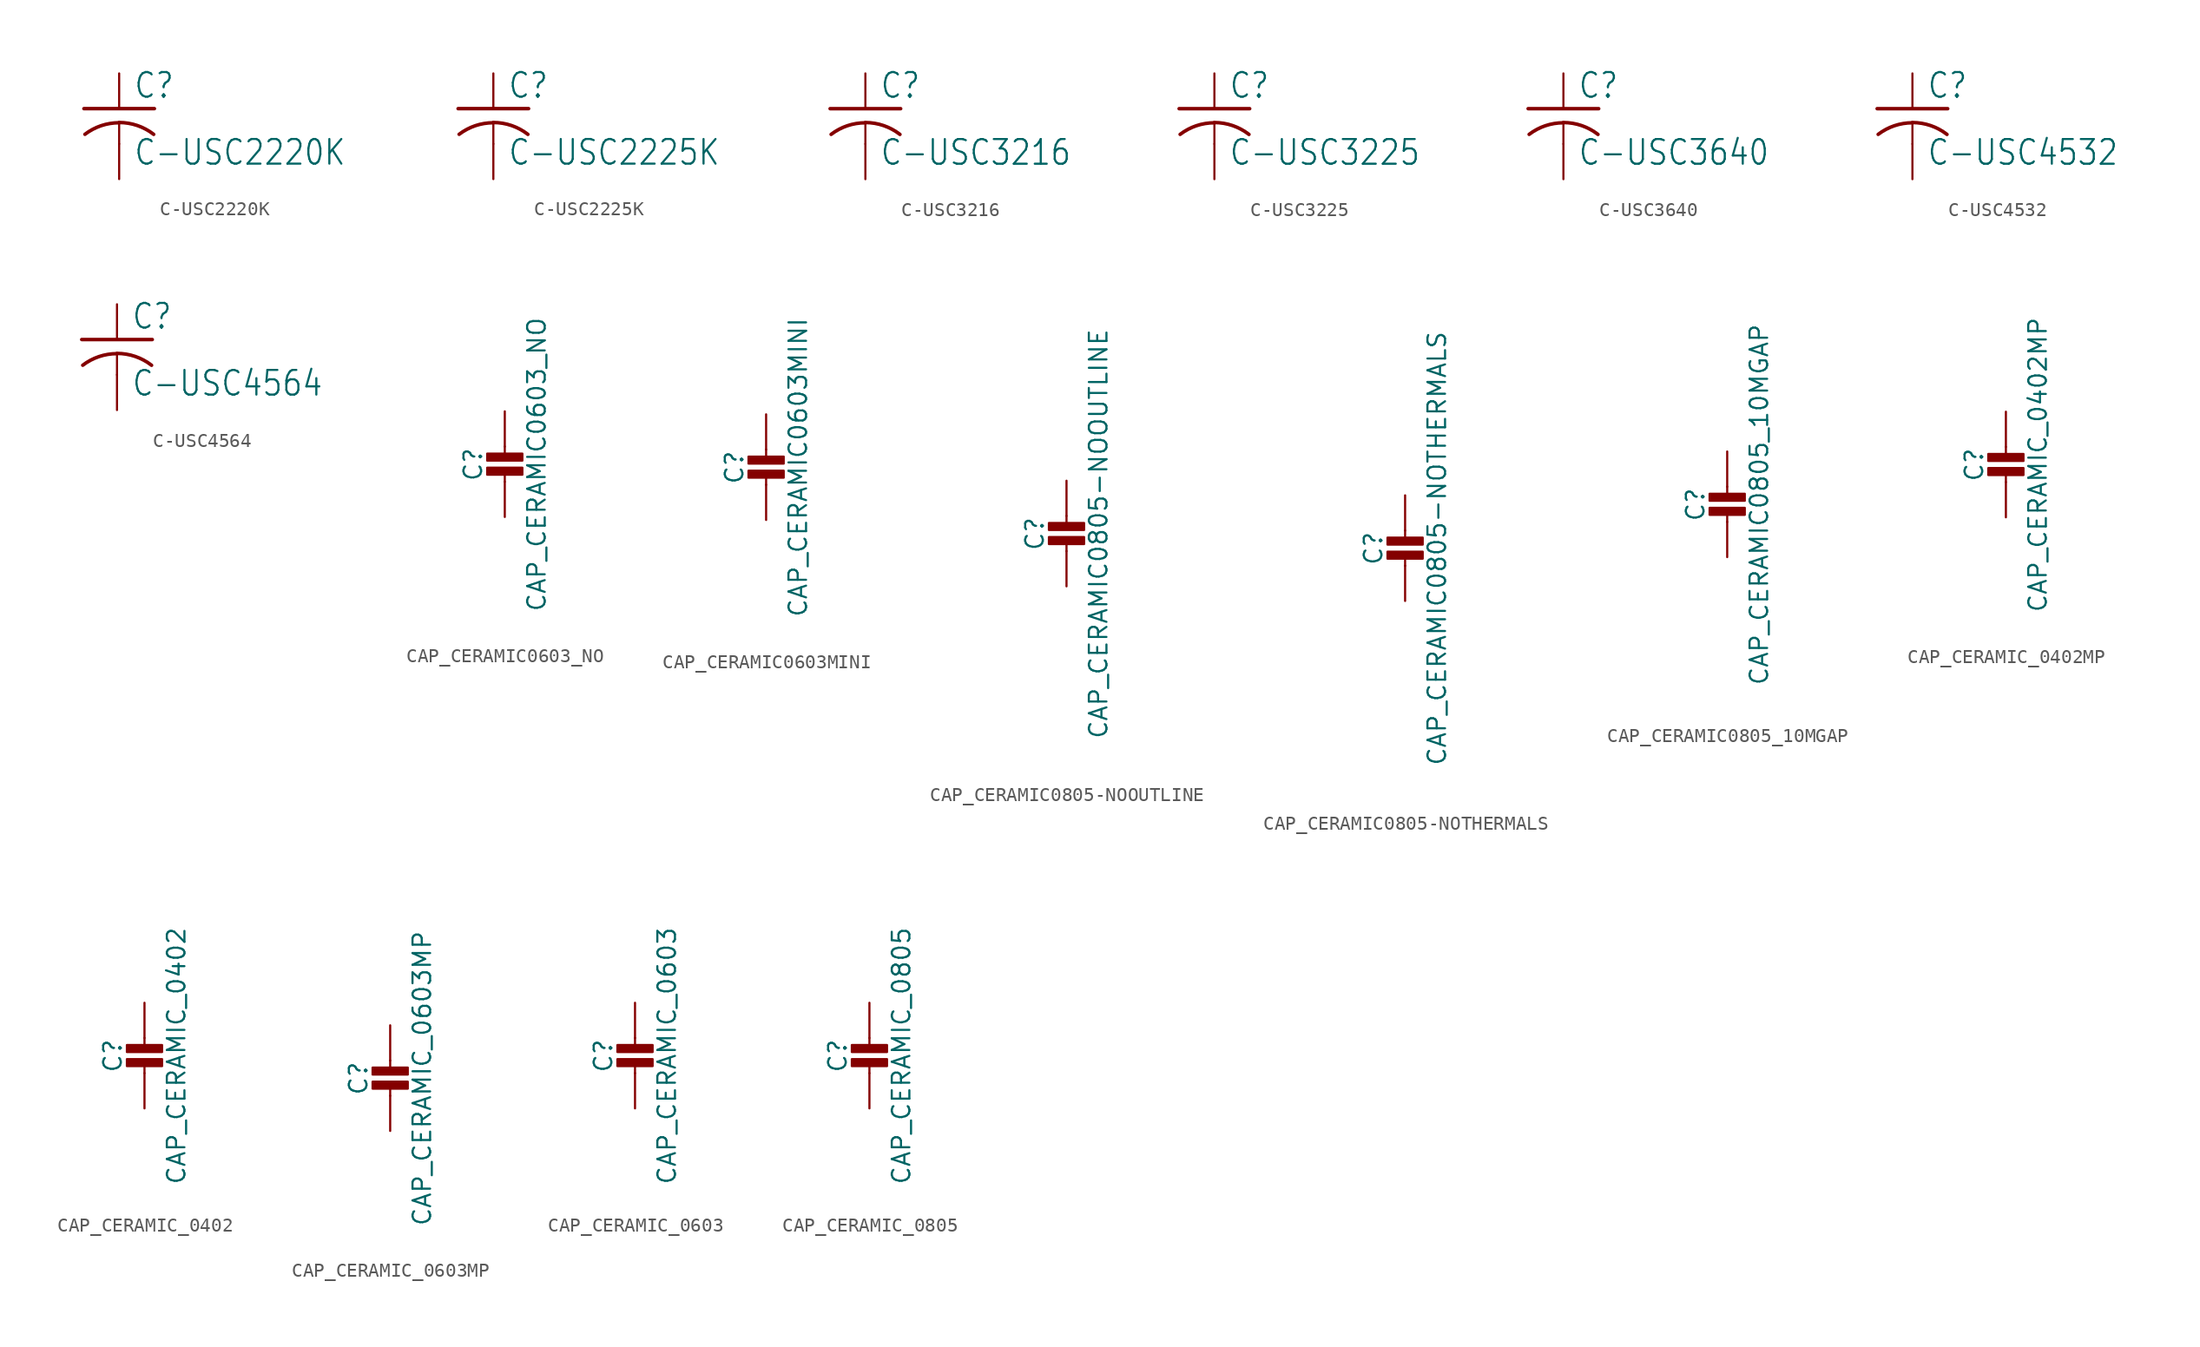
<source format=kicad_sym>
(kicad_symbol_lib
  (version 20201005)
  (generator kicad_symbol_editor)
  (symbol "C-USC2220K"
    (property "Reference" "C"
      (at 1.016 0.635 0)
      (effects (font (size 1.778 1.511)) (justify left bottom)))
    (property "Value" "C-USC2220K"
      (at 1.016 -4.191 0)
      (effects (font (size 1.778 1.511)) (justify left bottom)))
    (property "ki_locked" ""
      (at 0 0 0)
      (effects (font (size 1.27 1.27))))
    (symbol "C-USC2220K_1_0"
      (arc (start 0 -1.0161) (end -2.4668 -1.8504) (radius (at 0 -5.0799) (length 4.0638) (angles 90 127.4)) (stroke (width 0.254)) (fill (type none)))
      (arc (start 2.4892 -1.8542) (end 0 -1) (radius (at 0 -5.0542) (length 4.0541) (angles 52.1 90)) (stroke (width 0.254)) (fill (type none)))
      (polyline (pts (xy -2.54 0) (xy 2.54 0)) (stroke (width 0.254)) (fill (type none)))
      (polyline (pts (xy 0 -1.016) (xy 0 -2.54)) (stroke (width 0.152)) (fill (type none)))
      (pin passive line (at 0 2.54 270) (length 2.54) (name "1" (effects (font (size 0 0)))) (number "1" (effects (font (size 0 0)))))
      (pin passive line (at 0 -5.08 90) (length 2.54) (name "2" (effects (font (size 0 0)))) (number "2" (effects (font (size 0 0)))))))
  (symbol "C-USC2225K"
    (property "Reference" "C"
      (at 1.016 0.635 0)
      (effects (font (size 1.778 1.511)) (justify left bottom)))
    (property "Value" "C-USC2225K"
      (at 1.016 -4.191 0)
      (effects (font (size 1.778 1.511)) (justify left bottom)))
    (property "ki_locked" ""
      (at 0 0 0)
      (effects (font (size 1.27 1.27))))
    (symbol "C-USC2225K_1_0"
      (arc (start 0 -1.0161) (end -2.4668 -1.8504) (radius (at 0 -5.0799) (length 4.0638) (angles 90 127.4)) (stroke (width 0.254)) (fill (type none)))
      (arc (start 2.4892 -1.8542) (end 0 -1) (radius (at 0 -5.0542) (length 4.0541) (angles 52.1 90)) (stroke (width 0.254)) (fill (type none)))
      (polyline (pts (xy -2.54 0) (xy 2.54 0)) (stroke (width 0.254)) (fill (type none)))
      (polyline (pts (xy 0 -1.016) (xy 0 -2.54)) (stroke (width 0.152)) (fill (type none)))
      (pin passive line (at 0 2.54 270) (length 2.54) (name "1" (effects (font (size 0 0)))) (number "1" (effects (font (size 0 0)))))
      (pin passive line (at 0 -5.08 90) (length 2.54) (name "2" (effects (font (size 0 0)))) (number "2" (effects (font (size 0 0)))))))
  (symbol "C-USC3216"
    (property "Reference" "C"
      (at 1.016 0.635 0)
      (effects (font (size 1.778 1.511)) (justify left bottom)))
    (property "Value" "C-USC3216"
      (at 1.016 -4.191 0)
      (effects (font (size 1.778 1.511)) (justify left bottom)))
    (property "ki_locked" ""
      (at 0 0 0)
      (effects (font (size 1.27 1.27))))
    (symbol "C-USC3216_1_0"
      (arc (start 0 -1.0161) (end -2.4668 -1.8504) (radius (at 0 -5.0799) (length 4.0638) (angles 90 127.4)) (stroke (width 0.254)) (fill (type none)))
      (arc (start 2.4892 -1.8542) (end 0 -1) (radius (at 0 -5.0542) (length 4.0541) (angles 52.1 90)) (stroke (width 0.254)) (fill (type none)))
      (polyline (pts (xy -2.54 0) (xy 2.54 0)) (stroke (width 0.254)) (fill (type none)))
      (polyline (pts (xy 0 -1.016) (xy 0 -2.54)) (stroke (width 0.152)) (fill (type none)))
      (pin passive line (at 0 2.54 270) (length 2.54) (name "1" (effects (font (size 0 0)))) (number "1" (effects (font (size 0 0)))))
      (pin passive line (at 0 -5.08 90) (length 2.54) (name "2" (effects (font (size 0 0)))) (number "2" (effects (font (size 0 0)))))))
  (symbol "C-USC3225"
    (property "Reference" "C"
      (at 1.016 0.635 0)
      (effects (font (size 1.778 1.511)) (justify left bottom)))
    (property "Value" "C-USC3225"
      (at 1.016 -4.191 0)
      (effects (font (size 1.778 1.511)) (justify left bottom)))
    (property "ki_locked" ""
      (at 0 0 0)
      (effects (font (size 1.27 1.27))))
    (symbol "C-USC3225_1_0"
      (arc (start 0 -1.0161) (end -2.4668 -1.8504) (radius (at 0 -5.0799) (length 4.0638) (angles 90 127.4)) (stroke (width 0.254)) (fill (type none)))
      (arc (start 2.4892 -1.8542) (end 0 -1) (radius (at 0 -5.0542) (length 4.0541) (angles 52.1 90)) (stroke (width 0.254)) (fill (type none)))
      (polyline (pts (xy -2.54 0) (xy 2.54 0)) (stroke (width 0.254)) (fill (type none)))
      (polyline (pts (xy 0 -1.016) (xy 0 -2.54)) (stroke (width 0.152)) (fill (type none)))
      (pin passive line (at 0 2.54 270) (length 2.54) (name "1" (effects (font (size 0 0)))) (number "1" (effects (font (size 0 0)))))
      (pin passive line (at 0 -5.08 90) (length 2.54) (name "2" (effects (font (size 0 0)))) (number "2" (effects (font (size 0 0)))))))
  (symbol "C-USC3640"
    (property "Reference" "C"
      (at 1.016 0.635 0)
      (effects (font (size 1.778 1.511)) (justify left bottom)))
    (property "Value" "C-USC3640"
      (at 1.016 -4.191 0)
      (effects (font (size 1.778 1.511)) (justify left bottom)))
    (property "ki_locked" ""
      (at 0 0 0)
      (effects (font (size 1.27 1.27))))
    (symbol "C-USC3640_1_0"
      (arc (start 0 -1.0161) (end -2.4668 -1.8504) (radius (at 0 -5.0799) (length 4.0638) (angles 90 127.4)) (stroke (width 0.254)) (fill (type none)))
      (arc (start 2.4892 -1.8542) (end 0 -1) (radius (at 0 -5.0542) (length 4.0541) (angles 52.1 90)) (stroke (width 0.254)) (fill (type none)))
      (polyline (pts (xy -2.54 0) (xy 2.54 0)) (stroke (width 0.254)) (fill (type none)))
      (polyline (pts (xy 0 -1.016) (xy 0 -2.54)) (stroke (width 0.152)) (fill (type none)))
      (pin passive line (at 0 2.54 270) (length 2.54) (name "1" (effects (font (size 0 0)))) (number "1" (effects (font (size 0 0)))))
      (pin passive line (at 0 -5.08 90) (length 2.54) (name "2" (effects (font (size 0 0)))) (number "2" (effects (font (size 0 0)))))))
  (symbol "C-USC4532"
    (property "Reference" "C"
      (at 1.016 0.635 0)
      (effects (font (size 1.778 1.511)) (justify left bottom)))
    (property "Value" "C-USC4532"
      (at 1.016 -4.191 0)
      (effects (font (size 1.778 1.511)) (justify left bottom)))
    (property "ki_locked" ""
      (at 0 0 0)
      (effects (font (size 1.27 1.27))))
    (symbol "C-USC4532_1_0"
      (arc (start 0 -1.0161) (end -2.4668 -1.8504) (radius (at 0 -5.0799) (length 4.0638) (angles 90 127.4)) (stroke (width 0.254)) (fill (type none)))
      (arc (start 2.4892 -1.8542) (end 0 -1) (radius (at 0 -5.0542) (length 4.0541) (angles 52.1 90)) (stroke (width 0.254)) (fill (type none)))
      (polyline (pts (xy -2.54 0) (xy 2.54 0)) (stroke (width 0.254)) (fill (type none)))
      (polyline (pts (xy 0 -1.016) (xy 0 -2.54)) (stroke (width 0.152)) (fill (type none)))
      (pin passive line (at 0 2.54 270) (length 2.54) (name "1" (effects (font (size 0 0)))) (number "1" (effects (font (size 0 0)))))
      (pin passive line (at 0 -5.08 90) (length 2.54) (name "2" (effects (font (size 0 0)))) (number "2" (effects (font (size 0 0)))))))
  (symbol "C-USC4564"
    (property "Reference" "C"
      (at 1.016 0.635 0)
      (effects (font (size 1.778 1.511)) (justify left bottom)))
    (property "Value" "C-USC4564"
      (at 1.016 -4.191 0)
      (effects (font (size 1.778 1.511)) (justify left bottom)))
    (property "ki_locked" ""
      (at 0 0 0)
      (effects (font (size 1.27 1.27))))
    (symbol "C-USC4564_1_0"
      (arc (start 0 -1.0161) (end -2.4668 -1.8504) (radius (at 0 -5.0799) (length 4.0638) (angles 90 127.4)) (stroke (width 0.254)) (fill (type none)))
      (arc (start 2.4892 -1.8542) (end 0 -1) (radius (at 0 -5.0542) (length 4.0541) (angles 52.1 90)) (stroke (width 0.254)) (fill (type none)))
      (polyline (pts (xy -2.54 0) (xy 2.54 0)) (stroke (width 0.254)) (fill (type none)))
      (polyline (pts (xy 0 -1.016) (xy 0 -2.54)) (stroke (width 0.152)) (fill (type none)))
      (pin passive line (at 0 2.54 270) (length 2.54) (name "1" (effects (font (size 0 0)))) (number "1" (effects (font (size 0 0)))))
      (pin passive line (at 0 -5.08 90) (length 2.54) (name "2" (effects (font (size 0 0)))) (number "2" (effects (font (size 0 0)))))))
  (symbol "CAP_CERAMIC0603_NO"
    (property "Reference" "C"
      (at -2.29 1.25 90)
      (effects (font (size 1.27 1.27))))
    (property "Value" "CAP_CERAMIC0603_NO"
      (at 2.3 1.25 90)
      (effects (font (size 1.27 1.27))))
    (property "ki_locked" ""
      (at 0 0 0)
      (effects (font (size 1.27 1.27))))
    (symbol "CAP_CERAMIC0603_NO_1_0"
      (rectangle (start -1.27 0.508) (end 1.27 1.016) (stroke (width 0)) (fill (type outline)))
      (rectangle (start -1.27 1.524) (end 1.27 2.032) (stroke (width 0)) (fill (type outline)))
      (polyline (pts (xy 0 0.762) (xy 0 0)) (stroke (width 0.152)) (fill (type none)))
      (polyline (pts (xy 0 2.54) (xy 0 1.778)) (stroke (width 0.152)) (fill (type none)))
      (pin passive line (at 0 5.08 270) (length 2.54) (name "1" (effects (font (size 0 0)))) (number "1" (effects (font (size 0 0)))))
      (pin passive line (at 0 -2.54 90) (length 2.54) (name "2" (effects (font (size 0 0)))) (number "2" (effects (font (size 0 0)))))))
  (symbol "CAP_CERAMIC0603MINI"
    (property "Reference" "C"
      (at -2.29 1.25 90)
      (effects (font (size 1.27 1.27))))
    (property "Value" "CAP_CERAMIC0603MINI"
      (at 2.3 1.25 90)
      (effects (font (size 1.27 1.27))))
    (property "ki_locked" ""
      (at 0 0 0)
      (effects (font (size 1.27 1.27))))
    (symbol "CAP_CERAMIC0603MINI_1_0"
      (rectangle (start -1.27 0.508) (end 1.27 1.016) (stroke (width 0)) (fill (type outline)))
      (rectangle (start -1.27 1.524) (end 1.27 2.032) (stroke (width 0)) (fill (type outline)))
      (polyline (pts (xy 0 0.762) (xy 0 0)) (stroke (width 0.152)) (fill (type none)))
      (polyline (pts (xy 0 2.54) (xy 0 1.778)) (stroke (width 0.152)) (fill (type none)))
      (pin passive line (at 0 5.08 270) (length 2.54) (name "1" (effects (font (size 0 0)))) (number "1" (effects (font (size 0 0)))))
      (pin passive line (at 0 -2.54 90) (length 2.54) (name "2" (effects (font (size 0 0)))) (number "2" (effects (font (size 0 0)))))))
  (symbol "CAP_CERAMIC0805-NOOUTLINE"
    (property "Reference" "C"
      (at -2.29 1.25 90)
      (effects (font (size 1.27 1.27))))
    (property "Value" "CAP_CERAMIC0805-NOOUTLINE"
      (at 2.3 1.25 90)
      (effects (font (size 1.27 1.27))))
    (property "ki_locked" ""
      (at 0 0 0)
      (effects (font (size 1.27 1.27))))
    (symbol "CAP_CERAMIC0805-NOOUTLINE_1_0"
      (rectangle (start -1.27 0.508) (end 1.27 1.016) (stroke (width 0)) (fill (type outline)))
      (rectangle (start -1.27 1.524) (end 1.27 2.032) (stroke (width 0)) (fill (type outline)))
      (polyline (pts (xy 0 0.762) (xy 0 0)) (stroke (width 0.152)) (fill (type none)))
      (polyline (pts (xy 0 2.54) (xy 0 1.778)) (stroke (width 0.152)) (fill (type none)))
      (pin passive line (at 0 5.08 270) (length 2.54) (name "1" (effects (font (size 0 0)))) (number "1" (effects (font (size 0 0)))))
      (pin passive line (at 0 -2.54 90) (length 2.54) (name "2" (effects (font (size 0 0)))) (number "2" (effects (font (size 0 0)))))))
  (symbol "CAP_CERAMIC0805-NOTHERMALS"
    (property "Reference" "C"
      (at -2.29 1.25 90)
      (effects (font (size 1.27 1.27))))
    (property "Value" "CAP_CERAMIC0805-NOTHERMALS"
      (at 2.3 1.25 90)
      (effects (font (size 1.27 1.27))))
    (property "ki_locked" ""
      (at 0 0 0)
      (effects (font (size 1.27 1.27))))
    (symbol "CAP_CERAMIC0805-NOTHERMALS_1_0"
      (rectangle (start -1.27 0.508) (end 1.27 1.016) (stroke (width 0)) (fill (type outline)))
      (rectangle (start -1.27 1.524) (end 1.27 2.032) (stroke (width 0)) (fill (type outline)))
      (polyline (pts (xy 0 0.762) (xy 0 0)) (stroke (width 0.152)) (fill (type none)))
      (polyline (pts (xy 0 2.54) (xy 0 1.778)) (stroke (width 0.152)) (fill (type none)))
      (pin passive line (at 0 5.08 270) (length 2.54) (name "1" (effects (font (size 0 0)))) (number "1" (effects (font (size 0 0)))))
      (pin passive line (at 0 -2.54 90) (length 2.54) (name "2" (effects (font (size 0 0)))) (number "2" (effects (font (size 0 0)))))))
  (symbol "CAP_CERAMIC0805_10MGAP"
    (property "Reference" "C"
      (at -2.29 1.25 90)
      (effects (font (size 1.27 1.27))))
    (property "Value" "CAP_CERAMIC0805_10MGAP"
      (at 2.3 1.25 90)
      (effects (font (size 1.27 1.27))))
    (property "ki_locked" ""
      (at 0 0 0)
      (effects (font (size 1.27 1.27))))
    (symbol "CAP_CERAMIC0805_10MGAP_1_0"
      (rectangle (start -1.27 0.508) (end 1.27 1.016) (stroke (width 0)) (fill (type outline)))
      (rectangle (start -1.27 1.524) (end 1.27 2.032) (stroke (width 0)) (fill (type outline)))
      (polyline (pts (xy 0 0.762) (xy 0 0)) (stroke (width 0.152)) (fill (type none)))
      (polyline (pts (xy 0 2.54) (xy 0 1.778)) (stroke (width 0.152)) (fill (type none)))
      (pin passive line (at 0 5.08 270) (length 2.54) (name "1" (effects (font (size 0 0)))) (number "1" (effects (font (size 0 0)))))
      (pin passive line (at 0 -2.54 90) (length 2.54) (name "2" (effects (font (size 0 0)))) (number "2" (effects (font (size 0 0)))))))
  (symbol "CAP_CERAMIC_0402MP"
    (property "Reference" "C"
      (at -2.29 1.25 90)
      (effects (font (size 1.27 1.27))))
    (property "Value" "CAP_CERAMIC_0402MP"
      (at 2.3 1.25 90)
      (effects (font (size 1.27 1.27))))
    (property "ki_locked" ""
      (at 0 0 0)
      (effects (font (size 1.27 1.27))))
    (symbol "CAP_CERAMIC_0402MP_1_0"
      (rectangle (start -1.27 0.508) (end 1.27 1.016) (stroke (width 0)) (fill (type outline)))
      (rectangle (start -1.27 1.524) (end 1.27 2.032) (stroke (width 0)) (fill (type outline)))
      (polyline (pts (xy 0 0.762) (xy 0 0)) (stroke (width 0.152)) (fill (type none)))
      (polyline (pts (xy 0 2.54) (xy 0 1.778)) (stroke (width 0.152)) (fill (type none)))
      (pin passive line (at 0 5.08 270) (length 2.54) (name "1" (effects (font (size 0 0)))) (number "1" (effects (font (size 0 0)))))
      (pin passive line (at 0 -2.54 90) (length 2.54) (name "2" (effects (font (size 0 0)))) (number "2" (effects (font (size 0 0)))))))
  (symbol "CAP_CERAMIC_0402"
    (property "Reference" "C"
      (at -2.29 1.25 90)
      (effects (font (size 1.27 1.27))))
    (property "Value" "CAP_CERAMIC_0402"
      (at 2.3 1.25 90)
      (effects (font (size 1.27 1.27))))
    (property "ki_locked" ""
      (at 0 0 0)
      (effects (font (size 1.27 1.27))))
    (symbol "CAP_CERAMIC_0402_1_0"
      (rectangle (start -1.27 0.508) (end 1.27 1.016) (stroke (width 0)) (fill (type outline)))
      (rectangle (start -1.27 1.524) (end 1.27 2.032) (stroke (width 0)) (fill (type outline)))
      (polyline (pts (xy 0 0.762) (xy 0 0)) (stroke (width 0.152)) (fill (type none)))
      (polyline (pts (xy 0 2.54) (xy 0 1.778)) (stroke (width 0.152)) (fill (type none)))
      (pin passive line (at 0 5.08 270) (length 2.54) (name "1" (effects (font (size 0 0)))) (number "1" (effects (font (size 0 0)))))
      (pin passive line (at 0 -2.54 90) (length 2.54) (name "2" (effects (font (size 0 0)))) (number "2" (effects (font (size 0 0)))))))
  (symbol "CAP_CERAMIC_0603MP"
    (property "Reference" "C"
      (at -2.29 1.25 90)
      (effects (font (size 1.27 1.27))))
    (property "Value" "CAP_CERAMIC_0603MP"
      (at 2.3 1.25 90)
      (effects (font (size 1.27 1.27))))
    (property "ki_locked" ""
      (at 0 0 0)
      (effects (font (size 1.27 1.27))))
    (symbol "CAP_CERAMIC_0603MP_1_0"
      (rectangle (start -1.27 0.508) (end 1.27 1.016) (stroke (width 0)) (fill (type outline)))
      (rectangle (start -1.27 1.524) (end 1.27 2.032) (stroke (width 0)) (fill (type outline)))
      (polyline (pts (xy 0 0.762) (xy 0 0)) (stroke (width 0.152)) (fill (type none)))
      (polyline (pts (xy 0 2.54) (xy 0 1.778)) (stroke (width 0.152)) (fill (type none)))
      (pin passive line (at 0 5.08 270) (length 2.54) (name "1" (effects (font (size 0 0)))) (number "1" (effects (font (size 0 0)))))
      (pin passive line (at 0 -2.54 90) (length 2.54) (name "2" (effects (font (size 0 0)))) (number "2" (effects (font (size 0 0)))))))
  (symbol "CAP_CERAMIC_0603"
    (property "Reference" "C"
      (at -2.29 1.25 90)
      (effects (font (size 1.27 1.27))))
    (property "Value" "CAP_CERAMIC_0603"
      (at 2.3 1.25 90)
      (effects (font (size 1.27 1.27))))
    (property "ki_locked" ""
      (at 0 0 0)
      (effects (font (size 1.27 1.27))))
    (symbol "CAP_CERAMIC_0603_1_0"
      (rectangle (start -1.27 0.508) (end 1.27 1.016) (stroke (width 0)) (fill (type outline)))
      (rectangle (start -1.27 1.524) (end 1.27 2.032) (stroke (width 0)) (fill (type outline)))
      (polyline (pts (xy 0 0.762) (xy 0 0)) (stroke (width 0.152)) (fill (type none)))
      (polyline (pts (xy 0 2.54) (xy 0 1.778)) (stroke (width 0.152)) (fill (type none)))
      (pin passive line (at 0 5.08 270) (length 2.54) (name "1" (effects (font (size 0 0)))) (number "1" (effects (font (size 0 0)))))
      (pin passive line (at 0 -2.54 90) (length 2.54) (name "2" (effects (font (size 0 0)))) (number "2" (effects (font (size 0 0)))))))
  (symbol "CAP_CERAMIC_0805"
    (property "Reference" "C"
      (at -2.29 1.25 90)
      (effects (font (size 1.27 1.27))))
    (property "Value" "CAP_CERAMIC_0805"
      (at 2.3 1.25 90)
      (effects (font (size 1.27 1.27))))
    (property "ki_locked" ""
      (at 0 0 0)
      (effects (font (size 1.27 1.27))))
    (symbol "CAP_CERAMIC_0805_1_0"
      (rectangle (start -1.27 0.508) (end 1.27 1.016) (stroke (width 0)) (fill (type outline)))
      (rectangle (start -1.27 1.524) (end 1.27 2.032) (stroke (width 0)) (fill (type outline)))
      (polyline (pts (xy 0 0.762) (xy 0 0)) (stroke (width 0.152)) (fill (type none)))
      (polyline (pts (xy 0 2.54) (xy 0 1.778)) (stroke (width 0.152)) (fill (type none)))
      (pin passive line (at 0 5.08 270) (length 2.54) (name "1" (effects (font (size 0 0)))) (number "1" (effects (font (size 0 0)))))
      (pin passive line (at 0 -2.54 90) (length 2.54) (name "2" (effects (font (size 0 0)))) (number "2" (effects (font (size 0 0))))))))
</source>
